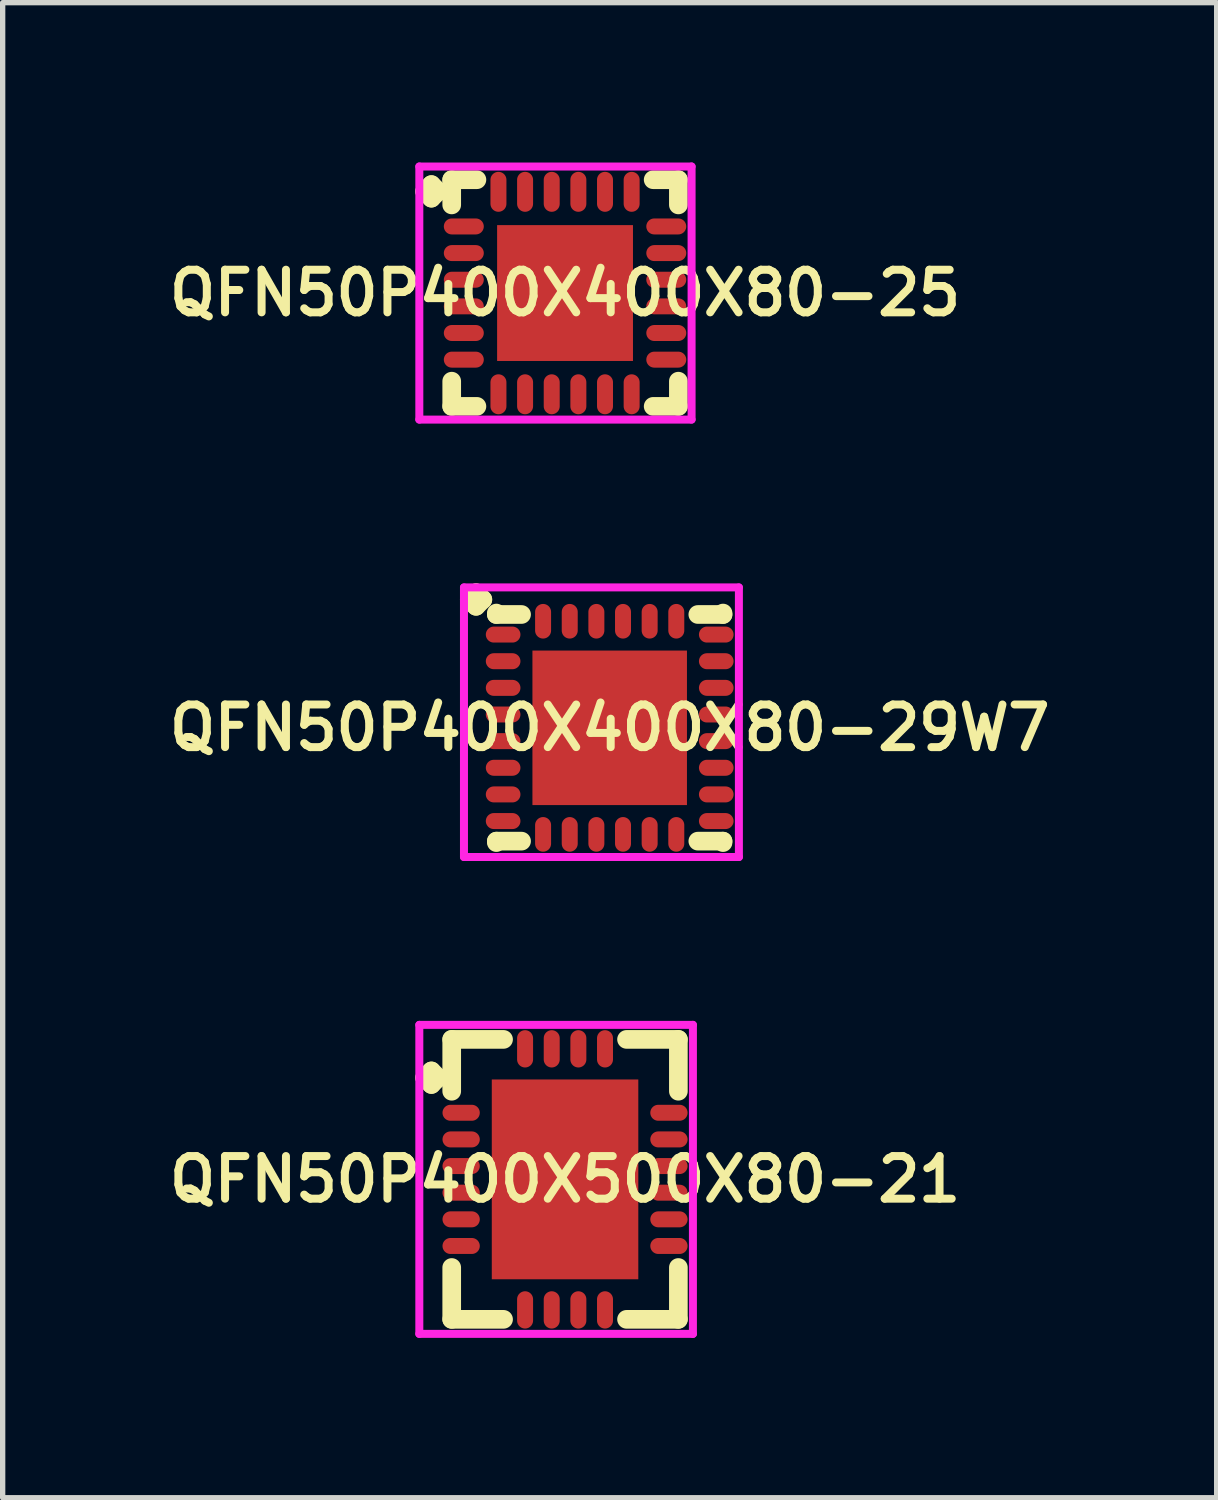
<source format=kicad_pcb>
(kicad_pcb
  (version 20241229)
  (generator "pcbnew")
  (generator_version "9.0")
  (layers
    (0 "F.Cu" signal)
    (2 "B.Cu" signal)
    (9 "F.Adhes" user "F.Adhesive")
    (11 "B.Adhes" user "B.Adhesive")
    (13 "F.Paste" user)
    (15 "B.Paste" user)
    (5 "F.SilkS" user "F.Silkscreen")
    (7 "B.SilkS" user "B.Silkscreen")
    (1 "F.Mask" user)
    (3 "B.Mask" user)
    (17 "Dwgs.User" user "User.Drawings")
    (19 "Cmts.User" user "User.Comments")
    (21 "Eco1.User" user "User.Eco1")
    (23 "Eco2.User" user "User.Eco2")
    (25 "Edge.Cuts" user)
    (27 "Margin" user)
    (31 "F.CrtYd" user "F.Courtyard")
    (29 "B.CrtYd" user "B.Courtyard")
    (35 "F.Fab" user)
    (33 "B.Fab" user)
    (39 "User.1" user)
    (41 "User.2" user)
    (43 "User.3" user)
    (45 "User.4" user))
  (footprint "QFN50P400X400X80-29W7"
    (layer "F.Cu")
    (at 8.393 10.61)
    (property "Reference" "QFN50P400X400X80-29W7" (at 0 0 0) (layer "F.SilkS") (effects (font (size 0.8 0.8) (thickness 0.15))))
    (attr smd)
    (fp_line (start -2.635 -2.408) (end -2.508 -2.535) (stroke (width 0.35) (type solid)) (layer "F.SilkS"))
    (fp_line (start -2.508 -2.535) (end -2.381 -2.408) (stroke (width 0.35) (type solid)) (layer "F.SilkS"))
    (fp_line (start -2.508 -2.281) (end -2.635 -2.408) (stroke (width 0.35) (type solid)) (layer "F.SilkS"))
    (fp_line (start -2.381 -2.408) (end -2.508 -2.281) (stroke (width 0.35) (type solid)) (layer "F.SilkS"))
    (fp_line (start -2.127 -2.154) (end -2.127 -2.127) (stroke (width 0.35) (type solid)) (layer "F.SilkS"))
    (fp_line (start -2.127 -2.127) (end -1.654 -2.127) (stroke (width 0.35) (type solid)) (layer "F.SilkS"))
    (fp_line (start -2.127 2.127) (end -1.654 2.127) (stroke (width 0.35) (type solid)) (layer "F.SilkS"))
    (fp_line (start -2.127 2.154) (end -2.127 2.127) (stroke (width 0.35) (type solid)) (layer "F.SilkS"))
    (fp_line (start 1.654 -2.127) (end 2.127 -2.127) (stroke (width 0.35) (type solid)) (layer "F.SilkS"))
    (fp_line (start 1.654 2.127) (end 2.127 2.127) (stroke (width 0.35) (type solid)) (layer "F.SilkS"))
    (fp_line (start 2.127 -2.127) (end 2.127 -2.154) (stroke (width 0.35) (type solid)) (layer "F.SilkS"))
    (fp_line (start 2.127 2.127) (end 2.127 2.154) (stroke (width 0.35) (type solid)) (layer "F.SilkS"))
    (fp_line (start -2.735 -2.635) (end 2.425 -2.635) (stroke (width 0.15) (type solid)) (layer "F.CrtYd"))
    (fp_line (start -2.735 2.425) (end -2.735 -2.635) (stroke (width 0.15) (type solid)) (layer "F.CrtYd"))
    (fp_line (start 2.425 -2.635) (end 2.425 2.425) (stroke (width 0.15) (type solid)) (layer "F.CrtYd"))
    (fp_line (start 2.425 2.425) (end -2.735 2.425) (stroke (width 0.15) (type solid)) (layer "F.CrtYd"))
    (pad "1" smd oval (at -2 -1.75) (size 0.65 0.3) (layers "F.Cu" "F.Mask" "F.Paste"))
    (pad "2" smd oval (at -2 -1.25) (size 0.65 0.3) (layers "F.Cu" "F.Mask" "F.Paste"))
    (pad "3" smd oval (at -2 -0.75) (size 0.65 0.3) (layers "F.Cu" "F.Mask" "F.Paste"))
    (pad "4" smd oval (at -2 -0.25) (size 0.65 0.3) (layers "F.Cu" "F.Mask" "F.Paste"))
    (pad "5" smd oval (at -2 0.25) (size 0.65 0.3) (layers "F.Cu" "F.Mask" "F.Paste"))
    (pad "6" smd oval (at -2 0.75) (size 0.65 0.3) (layers "F.Cu" "F.Mask" "F.Paste"))
    (pad "7" smd oval (at -2 1.25) (size 0.65 0.3) (layers "F.Cu" "F.Mask" "F.Paste"))
    (pad "8" smd oval (at -2 1.75) (size 0.65 0.3) (layers "F.Cu" "F.Mask" "F.Paste"))
    (pad "9" smd oval (at -1.25 2) (size 0.3 0.65) (layers "F.Cu" "F.Mask" "F.Paste"))
    (pad "10" smd oval (at -0.75 2) (size 0.3 0.65) (layers "F.Cu" "F.Mask" "F.Paste"))
    (pad "11" smd oval (at -0.25 2) (size 0.3 0.65) (layers "F.Cu" "F.Mask" "F.Paste"))
    (pad "12" smd oval (at 0.25 2) (size 0.3 0.65) (layers "F.Cu" "F.Mask" "F.Paste"))
    (pad "13" smd oval (at 0.75 2) (size 0.3 0.65) (layers "F.Cu" "F.Mask" "F.Paste"))
    (pad "14" smd oval (at 1.25 2) (size 0.3 0.65) (layers "F.Cu" "F.Mask" "F.Paste"))
    (pad "15" smd oval (at 2 1.75) (size 0.65 0.3) (layers "F.Cu" "F.Mask" "F.Paste"))
    (pad "16" smd oval (at 2 1.25) (size 0.65 0.3) (layers "F.Cu" "F.Mask" "F.Paste"))
    (pad "17" smd oval (at 2 0.75) (size 0.65 0.3) (layers "F.Cu" "F.Mask" "F.Paste"))
    (pad "18" smd oval (at 2 0.25) (size 0.65 0.3) (layers "F.Cu" "F.Mask" "F.Paste"))
    (pad "19" smd oval (at 2 -0.25) (size 0.65 0.3) (layers "F.Cu" "F.Mask" "F.Paste"))
    (pad "20" smd oval (at 2 -0.75) (size 0.65 0.3) (layers "F.Cu" "F.Mask" "F.Paste"))
    (pad "21" smd oval (at 2 -1.25) (size 0.65 0.3) (layers "F.Cu" "F.Mask" "F.Paste"))
    (pad "22" smd oval (at 2 -1.75) (size 0.65 0.3) (layers "F.Cu" "F.Mask" "F.Paste"))
    (pad "23" smd oval (at 1.25 -2) (size 0.3 0.65) (layers "F.Cu" "F.Mask" "F.Paste"))
    (pad "24" smd oval (at 0.75 -2) (size 0.3 0.65) (layers "F.Cu" "F.Mask" "F.Paste"))
    (pad "25" smd oval (at 0.25 -2) (size 0.3 0.65) (layers "F.Cu" "F.Mask" "F.Paste"))
    (pad "26" smd oval (at -0.25 -2) (size 0.3 0.65) (layers "F.Cu" "F.Mask" "F.Paste"))
    (pad "27" smd oval (at -0.75 -2) (size 0.3 0.65) (layers "F.Cu" "F.Mask" "F.Paste"))
    (pad "28" smd oval (at -1.25 -2) (size 0.3 0.65) (layers "F.Cu" "F.Mask" "F.Paste"))
    (pad "29" smd rect (at 0 0) (size 2.9 2.9) (layers "F.Cu" "F.Mask" "F.Paste")))
  (footprint "QFN50P400X500X80-21"
    (layer "F.Cu")
    (at 7.555 19.085)
    (property "Reference" "QFN50P400X500X80-21" (at 0 0 0) (layer "F.SilkS") (effects (font (size 0.8 0.8) (thickness 0.15))))
    (attr smd)
    (fp_line (start -2.635 -1.908) (end -2.508 -2.035) (stroke (width 0.35) (type solid)) (layer "F.SilkS"))
    (fp_line (start -2.508 -2.035) (end -2.381 -1.908) (stroke (width 0.35) (type solid)) (layer "F.SilkS"))
    (fp_line (start -2.508 -1.781) (end -2.635 -1.908) (stroke (width 0.35) (type solid)) (layer "F.SilkS"))
    (fp_line (start -2.381 -1.908) (end -2.508 -1.781) (stroke (width 0.35) (type solid)) (layer "F.SilkS"))
    (fp_line (start -2.127 -2.627) (end -1.154 -2.627) (stroke (width 0.35) (type solid)) (layer "F.SilkS"))
    (fp_line (start -2.127 -1.654) (end -2.127 -2.627) (stroke (width 0.35) (type solid)) (layer "F.SilkS"))
    (fp_line (start -2.127 1.654) (end -2.127 2.627) (stroke (width 0.35) (type solid)) (layer "F.SilkS"))
    (fp_line (start -2.127 2.627) (end -1.154 2.627) (stroke (width 0.35) (type solid)) (layer "F.SilkS"))
    (fp_line (start 1.154 -2.627) (end 2.127 -2.627) (stroke (width 0.35) (type solid)) (layer "F.SilkS"))
    (fp_line (start 1.154 2.627) (end 2.127 2.627) (stroke (width 0.35) (type solid)) (layer "F.SilkS"))
    (fp_line (start 2.127 -2.627) (end 2.127 -1.654) (stroke (width 0.35) (type solid)) (layer "F.SilkS"))
    (fp_line (start 2.127 2.627) (end 2.127 1.654) (stroke (width 0.35) (type solid)) (layer "F.SilkS"))
    (fp_line (start -2.735 -2.9) (end 2.4 -2.9) (stroke (width 0.15) (type solid)) (layer "F.CrtYd"))
    (fp_line (start -2.735 2.9) (end -2.735 -2.9) (stroke (width 0.15) (type solid)) (layer "F.CrtYd"))
    (fp_line (start 2.4 -2.9) (end 2.4 2.9) (stroke (width 0.15) (type solid)) (layer "F.CrtYd"))
    (fp_line (start 2.4 2.9) (end -2.735 2.9) (stroke (width 0.15) (type solid)) (layer "F.CrtYd"))
    (pad "1" smd oval (at -1.95 -1.25) (size 0.7 0.3) (layers "F.Cu" "F.Mask" "F.Paste"))
    (pad "2" smd oval (at -1.95 -0.75) (size 0.7 0.3) (layers "F.Cu" "F.Mask" "F.Paste"))
    (pad "3" smd oval (at -1.95 -0.25) (size 0.7 0.3) (layers "F.Cu" "F.Mask" "F.Paste"))
    (pad "4" smd oval (at -1.95 0.25) (size 0.7 0.3) (layers "F.Cu" "F.Mask" "F.Paste"))
    (pad "5" smd oval (at -1.95 0.75) (size 0.7 0.3) (layers "F.Cu" "F.Mask" "F.Paste"))
    (pad "6" smd oval (at -1.95 1.25) (size 0.7 0.3) (layers "F.Cu" "F.Mask" "F.Paste"))
    (pad "7" smd oval (at -0.75 2.45) (size 0.3 0.7) (layers "F.Cu" "F.Mask" "F.Paste"))
    (pad "8" smd oval (at -0.25 2.45) (size 0.3 0.7) (layers "F.Cu" "F.Mask" "F.Paste"))
    (pad "9" smd oval (at 0.25 2.45) (size 0.3 0.7) (layers "F.Cu" "F.Mask" "F.Paste"))
    (pad "10" smd oval (at 0.75 2.45) (size 0.3 0.7) (layers "F.Cu" "F.Mask" "F.Paste"))
    (pad "11" smd oval (at 1.95 1.25) (size 0.7 0.3) (layers "F.Cu" "F.Mask" "F.Paste"))
    (pad "12" smd oval (at 1.95 0.75) (size 0.7 0.3) (layers "F.Cu" "F.Mask" "F.Paste"))
    (pad "13" smd oval (at 1.95 0.25) (size 0.7 0.3) (layers "F.Cu" "F.Mask" "F.Paste"))
    (pad "14" smd oval (at 1.95 -0.25) (size 0.7 0.3) (layers "F.Cu" "F.Mask" "F.Paste"))
    (pad "15" smd oval (at 1.95 -0.75) (size 0.7 0.3) (layers "F.Cu" "F.Mask" "F.Paste"))
    (pad "16" smd oval (at 1.95 -1.25) (size 0.7 0.3) (layers "F.Cu" "F.Mask" "F.Paste"))
    (pad "17" smd oval (at 0.75 -2.45) (size 0.3 0.7) (layers "F.Cu" "F.Mask" "F.Paste"))
    (pad "18" smd oval (at 0.25 -2.45) (size 0.3 0.7) (layers "F.Cu" "F.Mask" "F.Paste"))
    (pad "19" smd oval (at -0.25 -2.45) (size 0.3 0.7) (layers "F.Cu" "F.Mask" "F.Paste"))
    (pad "20" smd oval (at -0.75 -2.45) (size 0.3 0.7) (layers "F.Cu" "F.Mask" "F.Paste"))
    (pad "21" smd rect (at 0 0) (size 2.75 3.75) (layers "F.Cu" "F.Mask" "F.Paste")))
  (footprint "QFN50P400X400X80-25"
    (layer "F.Cu")
    (at 7.555 2.45)
    (property "Reference" "QFN50P400X400X80-25" (at 0 0 0) (layer "F.SilkS") (effects (font (size 0.8 0.8) (thickness 0.15))))
    (attr through_hole)
    (fp_line (start -2.635 -1.908) (end -2.508 -2.035) (stroke (width 0.35) (type solid)) (layer "F.SilkS"))
    (fp_line (start -2.508 -2.035) (end -2.381 -1.908) (stroke (width 0.35) (type solid)) (layer "F.SilkS"))
    (fp_line (start -2.508 -1.781) (end -2.635 -1.908) (stroke (width 0.35) (type solid)) (layer "F.SilkS"))
    (fp_line (start -2.381 -1.908) (end -2.508 -1.781) (stroke (width 0.35) (type solid)) (layer "F.SilkS"))
    (fp_line (start -2.127 -2.127) (end -1.654 -2.127) (stroke (width 0.35) (type solid)) (layer "F.SilkS"))
    (fp_line (start -2.127 -1.654) (end -2.127 -2.127) (stroke (width 0.35) (type solid)) (layer "F.SilkS"))
    (fp_line (start -2.127 1.654) (end -2.127 2.127) (stroke (width 0.35) (type solid)) (layer "F.SilkS"))
    (fp_line (start -2.127 2.127) (end -1.654 2.127) (stroke (width 0.35) (type solid)) (layer "F.SilkS"))
    (fp_line (start 1.654 -2.127) (end 2.127 -2.127) (stroke (width 0.35) (type solid)) (layer "F.SilkS"))
    (fp_line (start 1.654 2.127) (end 2.127 2.127) (stroke (width 0.35) (type solid)) (layer "F.SilkS"))
    (fp_line (start 2.127 -2.127) (end 2.127 -1.654) (stroke (width 0.35) (type solid)) (layer "F.SilkS"))
    (fp_line (start 2.127 2.127) (end 2.127 1.654) (stroke (width 0.35) (type solid)) (layer "F.SilkS"))
    (fp_line (start -2.735 -2.375) (end 2.375 -2.375) (stroke (width 0.15) (type solid)) (layer "F.CrtYd"))
    (fp_line (start -2.735 2.375) (end -2.735 -2.375) (stroke (width 0.15) (type solid)) (layer "F.CrtYd"))
    (fp_line (start 2.375 -2.375) (end 2.375 2.375) (stroke (width 0.15) (type solid)) (layer "F.CrtYd"))
    (fp_line (start 2.375 2.375) (end -2.735 2.375) (stroke (width 0.15) (type solid)) (layer "F.CrtYd"))
    (pad "1" smd oval (at -1.9 -1.25) (size 0.75 0.3) (layers "F.Cu" "F.Mask" "F.Paste"))
    (pad "2" smd oval (at -1.9 -0.75) (size 0.75 0.3) (layers "F.Cu" "F.Mask" "F.Paste"))
    (pad "3" smd oval (at -1.9 -0.25) (size 0.75 0.3) (layers "F.Cu" "F.Mask" "F.Paste"))
    (pad "4" smd oval (at -1.9 0.25) (size 0.75 0.3) (layers "F.Cu" "F.Mask" "F.Paste"))
    (pad "5" smd oval (at -1.9 0.75) (size 0.75 0.3) (layers "F.Cu" "F.Mask" "F.Paste"))
    (pad "6" smd oval (at -1.9 1.25) (size 0.75 0.3) (layers "F.Cu" "F.Mask" "F.Paste"))
    (pad "7" smd oval (at -1.25 1.9) (size 0.3 0.75) (layers "F.Cu" "F.Mask" "F.Paste"))
    (pad "8" smd oval (at -0.75 1.9) (size 0.3 0.75) (layers "F.Cu" "F.Mask" "F.Paste"))
    (pad "9" smd oval (at -0.25 1.9) (size 0.3 0.75) (layers "F.Cu" "F.Mask" "F.Paste"))
    (pad "10" smd oval (at 0.25 1.9) (size 0.3 0.75) (layers "F.Cu" "F.Mask" "F.Paste"))
    (pad "11" smd oval (at 0.75 1.9) (size 0.3 0.75) (layers "F.Cu" "F.Mask" "F.Paste"))
    (pad "12" smd oval (at 1.25 1.9) (size 0.3 0.75) (layers "F.Cu" "F.Mask" "F.Paste"))
    (pad "13" smd oval (at 1.9 1.25) (size 0.75 0.3) (layers "F.Cu" "F.Mask" "F.Paste"))
    (pad "14" smd oval (at 1.9 0.75) (size 0.75 0.3) (layers "F.Cu" "F.Mask" "F.Paste"))
    (pad "15" smd oval (at 1.9 0.25) (size 0.75 0.3) (layers "F.Cu" "F.Mask" "F.Paste"))
    (pad "16" smd oval (at 1.9 -0.25) (size 0.75 0.3) (layers "F.Cu" "F.Mask" "F.Paste"))
    (pad "17" smd oval (at 1.9 -0.75) (size 0.75 0.3) (layers "F.Cu" "F.Mask" "F.Paste"))
    (pad "18" smd oval (at 1.9 -1.25) (size 0.75 0.3) (layers "F.Cu" "F.Mask" "F.Paste"))
    (pad "19" smd oval (at 1.25 -1.9) (size 0.3 0.75) (layers "F.Cu" "F.Mask" "F.Paste"))
    (pad "20" smd oval (at 0.75 -1.9) (size 0.3 0.75) (layers "F.Cu" "F.Mask" "F.Paste"))
    (pad "21" smd oval (at 0.25 -1.9) (size 0.3 0.75) (layers "F.Cu" "F.Mask" "F.Paste"))
    (pad "22" smd oval (at -0.25 -1.9) (size 0.3 0.75) (layers "F.Cu" "F.Mask" "F.Paste"))
    (pad "23" smd oval (at -0.75 -1.9) (size 0.3 0.75) (layers "F.Cu" "F.Mask" "F.Paste"))
    (pad "24" smd oval (at -1.25 -1.9) (size 0.3 0.75) (layers "F.Cu" "F.Mask" "F.Paste"))
    (pad "25" smd rect (at 0 0) (size 2.55 2.55) (layers "F.Cu" "F.Mask" "F.Paste")))
  (gr_rect
    (start -3 -3)
    (end 19.785 25.06)
    (stroke (width 0.1) (type default))
    (fill no)
    (layer "Edge.Cuts")))
</source>
